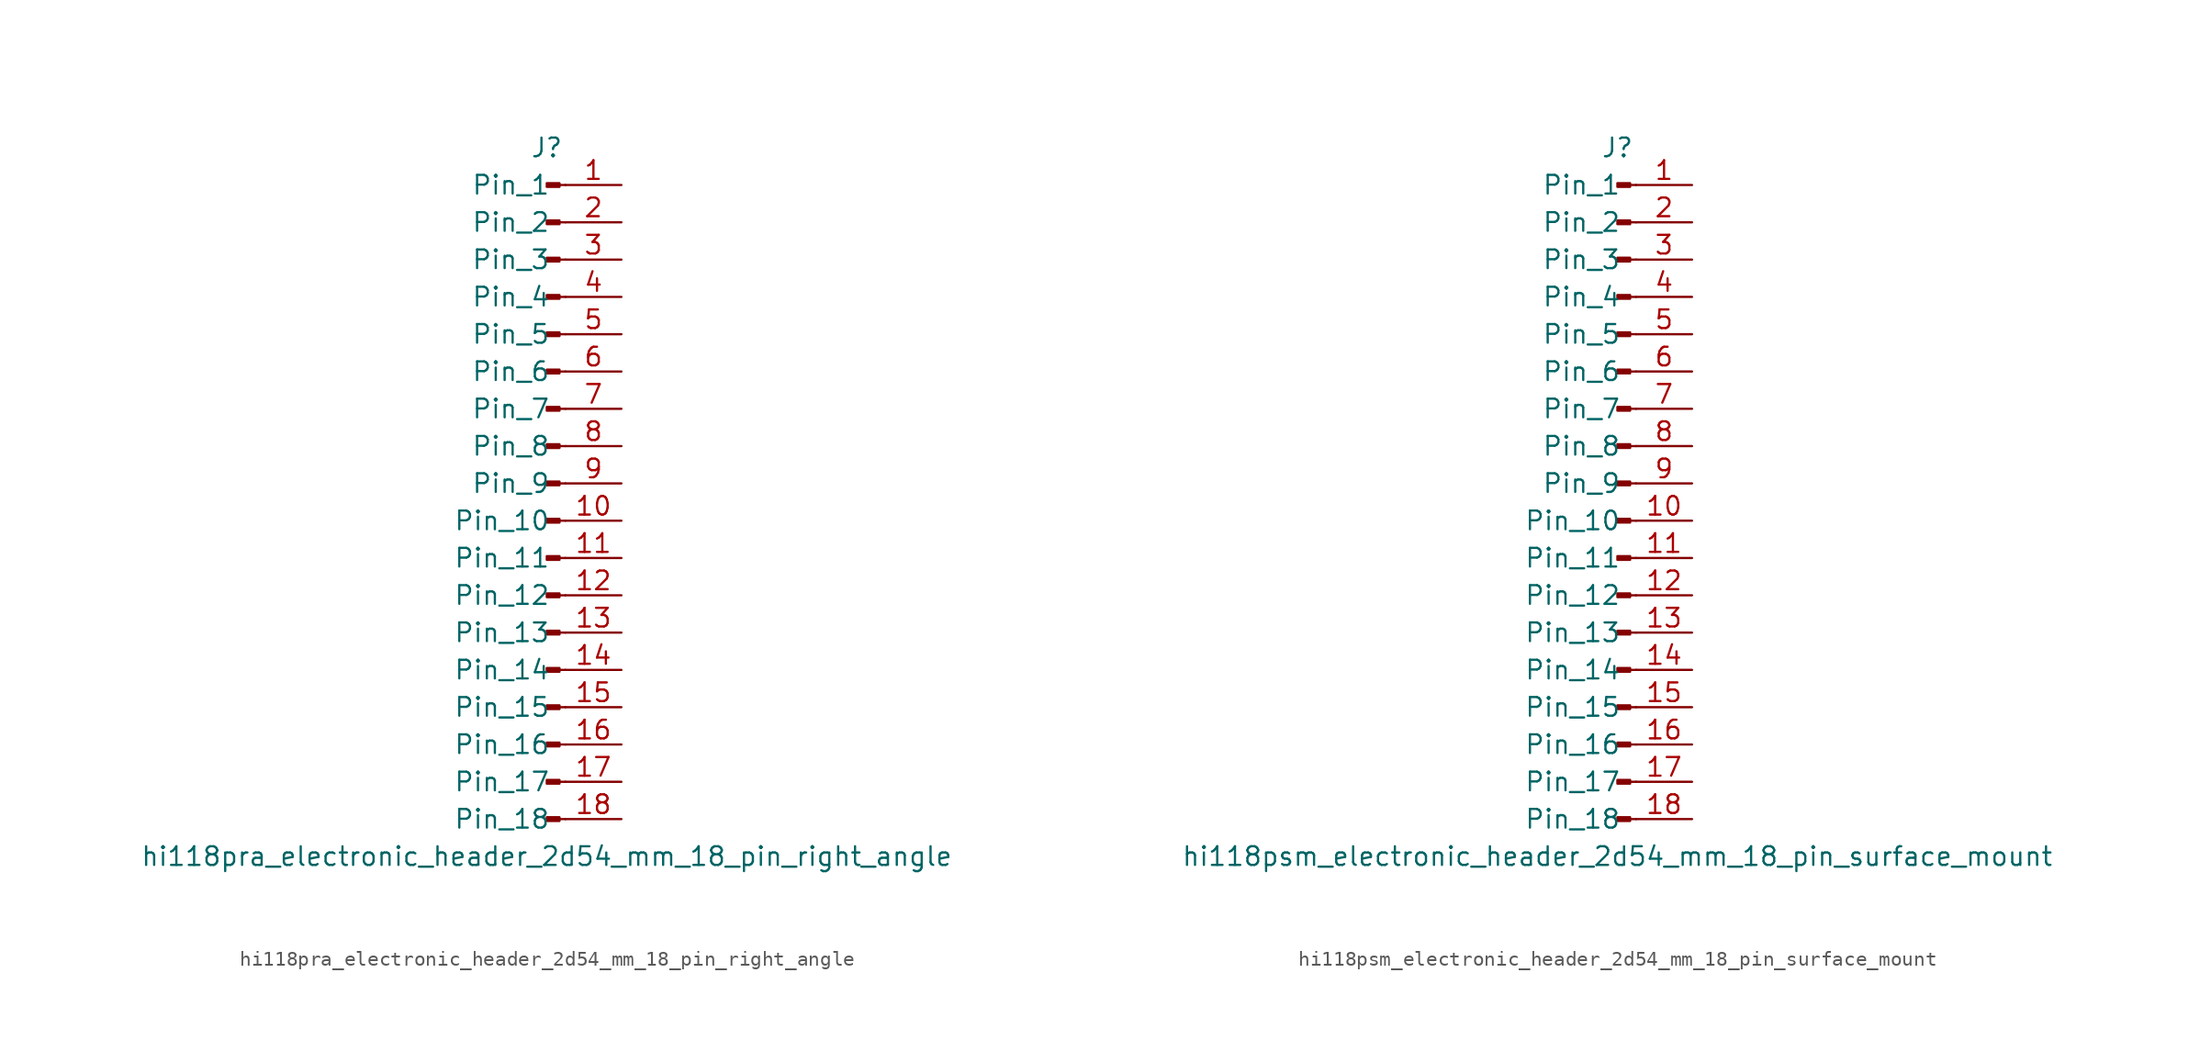
<source format=kicad_sym>
(kicad_symbol_lib
  (version 20220914)
  (generator kicad_symbol_editor)
  (symbol "hi118pra_electronic_header_2d54_mm_18_pin_right_angle"
    (pin_names
      (offset 1.016))
    (property "Reference" "J"
      (at 0 22.86 0)
      (effects (font (size 1.27 1.27))))
    (property "Value" "hi118pra_electronic_header_2d54_mm_18_pin_right_angle"
      (at 0 -25.4 0)
      (effects (font (size 1.27 1.27))))
    (property "ki_locked" ""
      (at 0 0 0)
      (effects (font (size 1.27 1.27))))
    (symbol "hi118pra_electronic_header_2d54_mm_18_pin_right_angle_1_1"
      (polyline (pts (xy 1.27 -22.86) (xy 0.864 -22.86)) (stroke (width 0.152) (type default)) (fill (type none)))
      (polyline (pts (xy 1.27 -20.32) (xy 0.864 -20.32)) (stroke (width 0.152) (type default)) (fill (type none)))
      (polyline (pts (xy 1.27 -17.78) (xy 0.864 -17.78)) (stroke (width 0.152) (type default)) (fill (type none)))
      (polyline (pts (xy 1.27 -15.24) (xy 0.864 -15.24)) (stroke (width 0.152) (type default)) (fill (type none)))
      (polyline (pts (xy 1.27 -12.7) (xy 0.864 -12.7)) (stroke (width 0.152) (type default)) (fill (type none)))
      (polyline (pts (xy 1.27 -10.16) (xy 0.864 -10.16)) (stroke (width 0.152) (type default)) (fill (type none)))
      (polyline (pts (xy 1.27 -7.62) (xy 0.864 -7.62)) (stroke (width 0.152) (type default)) (fill (type none)))
      (polyline (pts (xy 1.27 -5.08) (xy 0.864 -5.08)) (stroke (width 0.152) (type default)) (fill (type none)))
      (polyline (pts (xy 1.27 -2.54) (xy 0.864 -2.54)) (stroke (width 0.152) (type default)) (fill (type none)))
      (polyline (pts (xy 1.27 0) (xy 0.864 0)) (stroke (width 0.152) (type default)) (fill (type none)))
      (polyline (pts (xy 1.27 2.54) (xy 0.864 2.54)) (stroke (width 0.152) (type default)) (fill (type none)))
      (polyline (pts (xy 1.27 5.08) (xy 0.864 5.08)) (stroke (width 0.152) (type default)) (fill (type none)))
      (polyline (pts (xy 1.27 7.62) (xy 0.864 7.62)) (stroke (width 0.152) (type default)) (fill (type none)))
      (polyline (pts (xy 1.27 10.16) (xy 0.864 10.16)) (stroke (width 0.152) (type default)) (fill (type none)))
      (polyline (pts (xy 1.27 12.7) (xy 0.864 12.7)) (stroke (width 0.152) (type default)) (fill (type none)))
      (polyline (pts (xy 1.27 15.24) (xy 0.864 15.24)) (stroke (width 0.152) (type default)) (fill (type none)))
      (polyline (pts (xy 1.27 17.78) (xy 0.864 17.78)) (stroke (width 0.152) (type default)) (fill (type none)))
      (polyline (pts (xy 1.27 20.32) (xy 0.864 20.32)) (stroke (width 0.152) (type default)) (fill (type none)))
      (rectangle (start 0.864 -22.733) (end 0 -22.987) (stroke (width 0.152) (type default)) (fill (type outline)))
      (rectangle (start 0.864 -20.193) (end 0 -20.447) (stroke (width 0.152) (type default)) (fill (type outline)))
      (rectangle (start 0.864 -17.653) (end 0 -17.907) (stroke (width 0.152) (type default)) (fill (type outline)))
      (rectangle (start 0.864 -15.113) (end 0 -15.367) (stroke (width 0.152) (type default)) (fill (type outline)))
      (rectangle (start 0.864 -12.573) (end 0 -12.827) (stroke (width 0.152) (type default)) (fill (type outline)))
      (rectangle (start 0.864 -10.033) (end 0 -10.287) (stroke (width 0.152) (type default)) (fill (type outline)))
      (rectangle (start 0.864 -7.493) (end 0 -7.747) (stroke (width 0.152) (type default)) (fill (type outline)))
      (rectangle (start 0.864 -4.953) (end 0 -5.207) (stroke (width 0.152) (type default)) (fill (type outline)))
      (rectangle (start 0.864 -2.413) (end 0 -2.667) (stroke (width 0.152) (type default)) (fill (type outline)))
      (rectangle (start 0.864 0.127) (end 0 -0.127) (stroke (width 0.152) (type default)) (fill (type outline)))
      (rectangle (start 0.864 2.667) (end 0 2.413) (stroke (width 0.152) (type default)) (fill (type outline)))
      (rectangle (start 0.864 5.207) (end 0 4.953) (stroke (width 0.152) (type default)) (fill (type outline)))
      (rectangle (start 0.864 7.747) (end 0 7.493) (stroke (width 0.152) (type default)) (fill (type outline)))
      (rectangle (start 0.864 10.287) (end 0 10.033) (stroke (width 0.152) (type default)) (fill (type outline)))
      (rectangle (start 0.864 12.827) (end 0 12.573) (stroke (width 0.152) (type default)) (fill (type outline)))
      (rectangle (start 0.864 15.367) (end 0 15.113) (stroke (width 0.152) (type default)) (fill (type outline)))
      (rectangle (start 0.864 17.907) (end 0 17.653) (stroke (width 0.152) (type default)) (fill (type outline)))
      (rectangle (start 0.864 20.447) (end 0 20.193) (stroke (width 0.152) (type default)) (fill (type outline)))
      (pin passive line (at 5.08 20.32 180) (length 3.81) (name "Pin_1" (effects (font (size 1.27 1.27)))) (number "1" (effects (font (size 1.27 1.27)))))
      (pin passive line (at 5.08 -2.54 180) (length 3.81) (name "Pin_10" (effects (font (size 1.27 1.27)))) (number "10" (effects (font (size 1.27 1.27)))))
      (pin passive line (at 5.08 -5.08 180) (length 3.81) (name "Pin_11" (effects (font (size 1.27 1.27)))) (number "11" (effects (font (size 1.27 1.27)))))
      (pin passive line (at 5.08 -7.62 180) (length 3.81) (name "Pin_12" (effects (font (size 1.27 1.27)))) (number "12" (effects (font (size 1.27 1.27)))))
      (pin passive line (at 5.08 -10.16 180) (length 3.81) (name "Pin_13" (effects (font (size 1.27 1.27)))) (number "13" (effects (font (size 1.27 1.27)))))
      (pin passive line (at 5.08 -12.7 180) (length 3.81) (name "Pin_14" (effects (font (size 1.27 1.27)))) (number "14" (effects (font (size 1.27 1.27)))))
      (pin passive line (at 5.08 -15.24 180) (length 3.81) (name "Pin_15" (effects (font (size 1.27 1.27)))) (number "15" (effects (font (size 1.27 1.27)))))
      (pin passive line (at 5.08 -17.78 180) (length 3.81) (name "Pin_16" (effects (font (size 1.27 1.27)))) (number "16" (effects (font (size 1.27 1.27)))))
      (pin passive line (at 5.08 -20.32 180) (length 3.81) (name "Pin_17" (effects (font (size 1.27 1.27)))) (number "17" (effects (font (size 1.27 1.27)))))
      (pin passive line (at 5.08 -22.86 180) (length 3.81) (name "Pin_18" (effects (font (size 1.27 1.27)))) (number "18" (effects (font (size 1.27 1.27)))))
      (pin passive line (at 5.08 17.78 180) (length 3.81) (name "Pin_2" (effects (font (size 1.27 1.27)))) (number "2" (effects (font (size 1.27 1.27)))))
      (pin passive line (at 5.08 15.24 180) (length 3.81) (name "Pin_3" (effects (font (size 1.27 1.27)))) (number "3" (effects (font (size 1.27 1.27)))))
      (pin passive line (at 5.08 12.7 180) (length 3.81) (name "Pin_4" (effects (font (size 1.27 1.27)))) (number "4" (effects (font (size 1.27 1.27)))))
      (pin passive line (at 5.08 10.16 180) (length 3.81) (name "Pin_5" (effects (font (size 1.27 1.27)))) (number "5" (effects (font (size 1.27 1.27)))))
      (pin passive line (at 5.08 7.62 180) (length 3.81) (name "Pin_6" (effects (font (size 1.27 1.27)))) (number "6" (effects (font (size 1.27 1.27)))))
      (pin passive line (at 5.08 5.08 180) (length 3.81) (name "Pin_7" (effects (font (size 1.27 1.27)))) (number "7" (effects (font (size 1.27 1.27)))))
      (pin passive line (at 5.08 2.54 180) (length 3.81) (name "Pin_8" (effects (font (size 1.27 1.27)))) (number "8" (effects (font (size 1.27 1.27)))))
      (pin passive line (at 5.08 0 180) (length 3.81) (name "Pin_9" (effects (font (size 1.27 1.27)))) (number "9" (effects (font (size 1.27 1.27)))))))
  (symbol "hi118psm_electronic_header_2d54_mm_18_pin_surface_mount"
    (pin_names
      (offset 1.016))
    (property "Reference" "J"
      (at 0 22.86 0)
      (effects (font (size 1.27 1.27))))
    (property "Value" "hi118psm_electronic_header_2d54_mm_18_pin_surface_mount"
      (at 0 -25.4 0)
      (effects (font (size 1.27 1.27))))
    (property "ki_locked" ""
      (at 0 0 0)
      (effects (font (size 1.27 1.27))))
    (symbol "hi118psm_electronic_header_2d54_mm_18_pin_surface_mount_1_1"
      (polyline (pts (xy 1.27 -22.86) (xy 0.864 -22.86)) (stroke (width 0.152) (type default)) (fill (type none)))
      (polyline (pts (xy 1.27 -20.32) (xy 0.864 -20.32)) (stroke (width 0.152) (type default)) (fill (type none)))
      (polyline (pts (xy 1.27 -17.78) (xy 0.864 -17.78)) (stroke (width 0.152) (type default)) (fill (type none)))
      (polyline (pts (xy 1.27 -15.24) (xy 0.864 -15.24)) (stroke (width 0.152) (type default)) (fill (type none)))
      (polyline (pts (xy 1.27 -12.7) (xy 0.864 -12.7)) (stroke (width 0.152) (type default)) (fill (type none)))
      (polyline (pts (xy 1.27 -10.16) (xy 0.864 -10.16)) (stroke (width 0.152) (type default)) (fill (type none)))
      (polyline (pts (xy 1.27 -7.62) (xy 0.864 -7.62)) (stroke (width 0.152) (type default)) (fill (type none)))
      (polyline (pts (xy 1.27 -5.08) (xy 0.864 -5.08)) (stroke (width 0.152) (type default)) (fill (type none)))
      (polyline (pts (xy 1.27 -2.54) (xy 0.864 -2.54)) (stroke (width 0.152) (type default)) (fill (type none)))
      (polyline (pts (xy 1.27 0) (xy 0.864 0)) (stroke (width 0.152) (type default)) (fill (type none)))
      (polyline (pts (xy 1.27 2.54) (xy 0.864 2.54)) (stroke (width 0.152) (type default)) (fill (type none)))
      (polyline (pts (xy 1.27 5.08) (xy 0.864 5.08)) (stroke (width 0.152) (type default)) (fill (type none)))
      (polyline (pts (xy 1.27 7.62) (xy 0.864 7.62)) (stroke (width 0.152) (type default)) (fill (type none)))
      (polyline (pts (xy 1.27 10.16) (xy 0.864 10.16)) (stroke (width 0.152) (type default)) (fill (type none)))
      (polyline (pts (xy 1.27 12.7) (xy 0.864 12.7)) (stroke (width 0.152) (type default)) (fill (type none)))
      (polyline (pts (xy 1.27 15.24) (xy 0.864 15.24)) (stroke (width 0.152) (type default)) (fill (type none)))
      (polyline (pts (xy 1.27 17.78) (xy 0.864 17.78)) (stroke (width 0.152) (type default)) (fill (type none)))
      (polyline (pts (xy 1.27 20.32) (xy 0.864 20.32)) (stroke (width 0.152) (type default)) (fill (type none)))
      (rectangle (start 0.864 -22.733) (end 0 -22.987) (stroke (width 0.152) (type default)) (fill (type outline)))
      (rectangle (start 0.864 -20.193) (end 0 -20.447) (stroke (width 0.152) (type default)) (fill (type outline)))
      (rectangle (start 0.864 -17.653) (end 0 -17.907) (stroke (width 0.152) (type default)) (fill (type outline)))
      (rectangle (start 0.864 -15.113) (end 0 -15.367) (stroke (width 0.152) (type default)) (fill (type outline)))
      (rectangle (start 0.864 -12.573) (end 0 -12.827) (stroke (width 0.152) (type default)) (fill (type outline)))
      (rectangle (start 0.864 -10.033) (end 0 -10.287) (stroke (width 0.152) (type default)) (fill (type outline)))
      (rectangle (start 0.864 -7.493) (end 0 -7.747) (stroke (width 0.152) (type default)) (fill (type outline)))
      (rectangle (start 0.864 -4.953) (end 0 -5.207) (stroke (width 0.152) (type default)) (fill (type outline)))
      (rectangle (start 0.864 -2.413) (end 0 -2.667) (stroke (width 0.152) (type default)) (fill (type outline)))
      (rectangle (start 0.864 0.127) (end 0 -0.127) (stroke (width 0.152) (type default)) (fill (type outline)))
      (rectangle (start 0.864 2.667) (end 0 2.413) (stroke (width 0.152) (type default)) (fill (type outline)))
      (rectangle (start 0.864 5.207) (end 0 4.953) (stroke (width 0.152) (type default)) (fill (type outline)))
      (rectangle (start 0.864 7.747) (end 0 7.493) (stroke (width 0.152) (type default)) (fill (type outline)))
      (rectangle (start 0.864 10.287) (end 0 10.033) (stroke (width 0.152) (type default)) (fill (type outline)))
      (rectangle (start 0.864 12.827) (end 0 12.573) (stroke (width 0.152) (type default)) (fill (type outline)))
      (rectangle (start 0.864 15.367) (end 0 15.113) (stroke (width 0.152) (type default)) (fill (type outline)))
      (rectangle (start 0.864 17.907) (end 0 17.653) (stroke (width 0.152) (type default)) (fill (type outline)))
      (rectangle (start 0.864 20.447) (end 0 20.193) (stroke (width 0.152) (type default)) (fill (type outline)))
      (pin passive line (at 5.08 20.32 180) (length 3.81) (name "Pin_1" (effects (font (size 1.27 1.27)))) (number "1" (effects (font (size 1.27 1.27)))))
      (pin passive line (at 5.08 -2.54 180) (length 3.81) (name "Pin_10" (effects (font (size 1.27 1.27)))) (number "10" (effects (font (size 1.27 1.27)))))
      (pin passive line (at 5.08 -5.08 180) (length 3.81) (name "Pin_11" (effects (font (size 1.27 1.27)))) (number "11" (effects (font (size 1.27 1.27)))))
      (pin passive line (at 5.08 -7.62 180) (length 3.81) (name "Pin_12" (effects (font (size 1.27 1.27)))) (number "12" (effects (font (size 1.27 1.27)))))
      (pin passive line (at 5.08 -10.16 180) (length 3.81) (name "Pin_13" (effects (font (size 1.27 1.27)))) (number "13" (effects (font (size 1.27 1.27)))))
      (pin passive line (at 5.08 -12.7 180) (length 3.81) (name "Pin_14" (effects (font (size 1.27 1.27)))) (number "14" (effects (font (size 1.27 1.27)))))
      (pin passive line (at 5.08 -15.24 180) (length 3.81) (name "Pin_15" (effects (font (size 1.27 1.27)))) (number "15" (effects (font (size 1.27 1.27)))))
      (pin passive line (at 5.08 -17.78 180) (length 3.81) (name "Pin_16" (effects (font (size 1.27 1.27)))) (number "16" (effects (font (size 1.27 1.27)))))
      (pin passive line (at 5.08 -20.32 180) (length 3.81) (name "Pin_17" (effects (font (size 1.27 1.27)))) (number "17" (effects (font (size 1.27 1.27)))))
      (pin passive line (at 5.08 -22.86 180) (length 3.81) (name "Pin_18" (effects (font (size 1.27 1.27)))) (number "18" (effects (font (size 1.27 1.27)))))
      (pin passive line (at 5.08 17.78 180) (length 3.81) (name "Pin_2" (effects (font (size 1.27 1.27)))) (number "2" (effects (font (size 1.27 1.27)))))
      (pin passive line (at 5.08 15.24 180) (length 3.81) (name "Pin_3" (effects (font (size 1.27 1.27)))) (number "3" (effects (font (size 1.27 1.27)))))
      (pin passive line (at 5.08 12.7 180) (length 3.81) (name "Pin_4" (effects (font (size 1.27 1.27)))) (number "4" (effects (font (size 1.27 1.27)))))
      (pin passive line (at 5.08 10.16 180) (length 3.81) (name "Pin_5" (effects (font (size 1.27 1.27)))) (number "5" (effects (font (size 1.27 1.27)))))
      (pin passive line (at 5.08 7.62 180) (length 3.81) (name "Pin_6" (effects (font (size 1.27 1.27)))) (number "6" (effects (font (size 1.27 1.27)))))
      (pin passive line (at 5.08 5.08 180) (length 3.81) (name "Pin_7" (effects (font (size 1.27 1.27)))) (number "7" (effects (font (size 1.27 1.27)))))
      (pin passive line (at 5.08 2.54 180) (length 3.81) (name "Pin_8" (effects (font (size 1.27 1.27)))) (number "8" (effects (font (size 1.27 1.27)))))
      (pin passive line (at 5.08 0 180) (length 3.81) (name "Pin_9" (effects (font (size 1.27 1.27)))) (number "9" (effects (font (size 1.27 1.27))))))))
</source>
